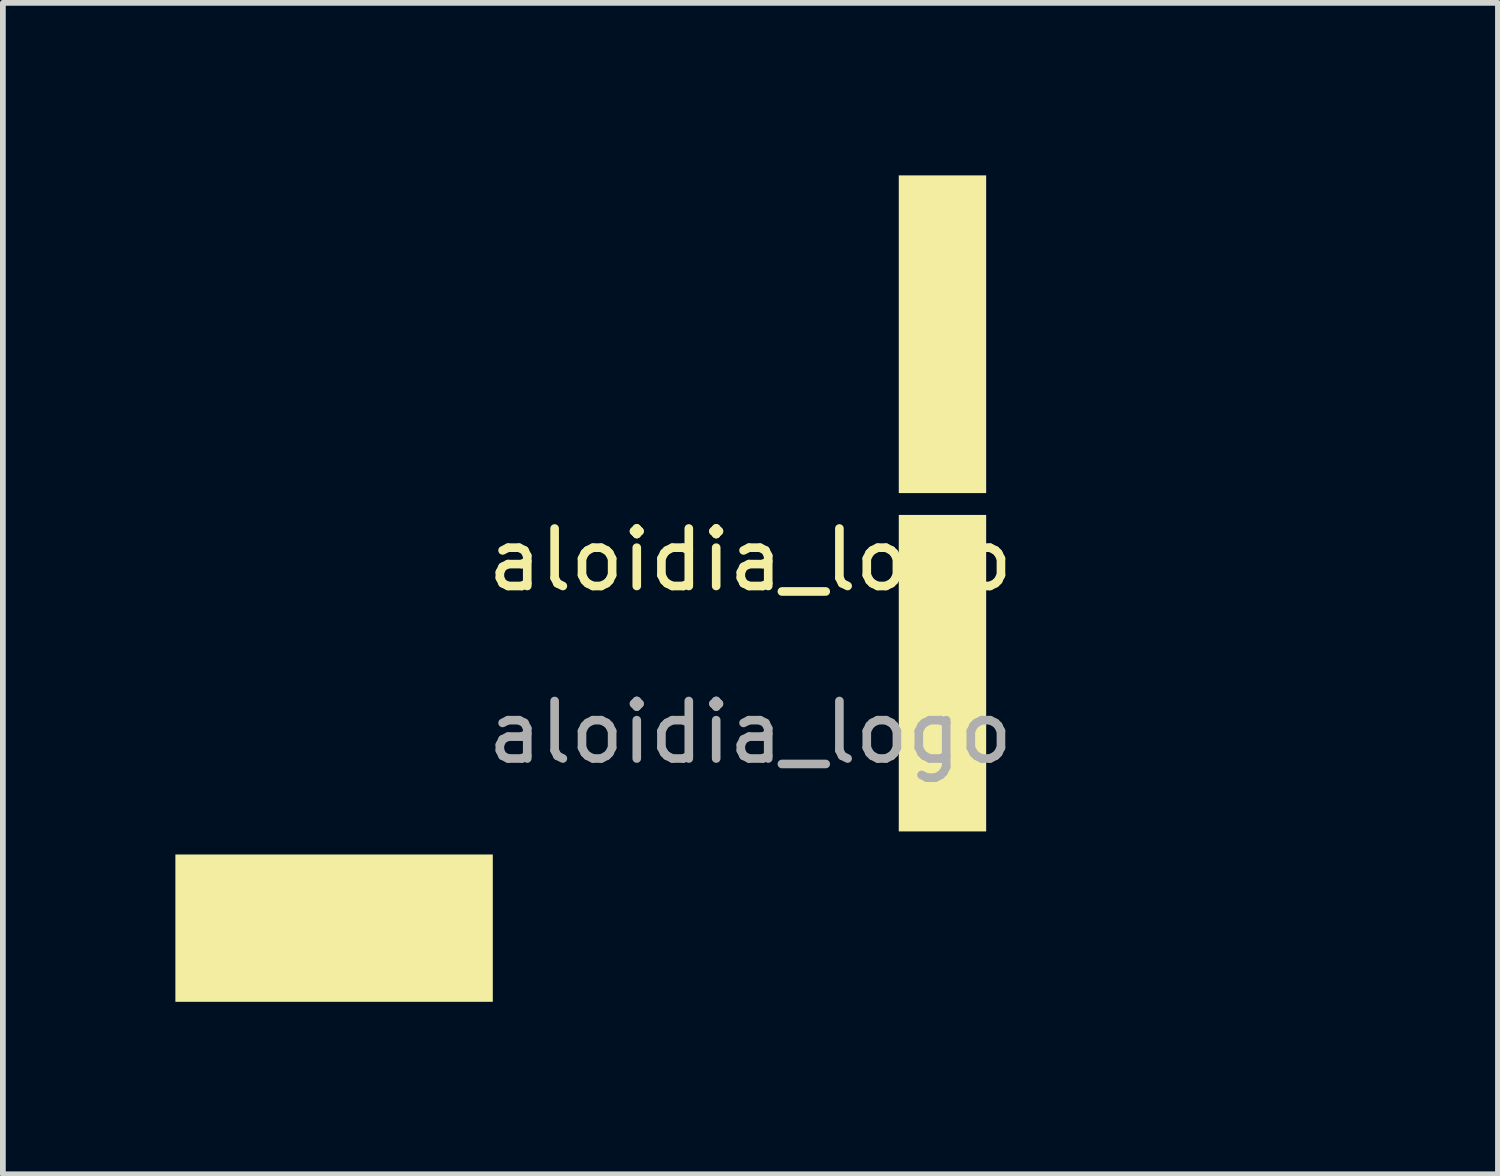
<source format=kicad_pcb>
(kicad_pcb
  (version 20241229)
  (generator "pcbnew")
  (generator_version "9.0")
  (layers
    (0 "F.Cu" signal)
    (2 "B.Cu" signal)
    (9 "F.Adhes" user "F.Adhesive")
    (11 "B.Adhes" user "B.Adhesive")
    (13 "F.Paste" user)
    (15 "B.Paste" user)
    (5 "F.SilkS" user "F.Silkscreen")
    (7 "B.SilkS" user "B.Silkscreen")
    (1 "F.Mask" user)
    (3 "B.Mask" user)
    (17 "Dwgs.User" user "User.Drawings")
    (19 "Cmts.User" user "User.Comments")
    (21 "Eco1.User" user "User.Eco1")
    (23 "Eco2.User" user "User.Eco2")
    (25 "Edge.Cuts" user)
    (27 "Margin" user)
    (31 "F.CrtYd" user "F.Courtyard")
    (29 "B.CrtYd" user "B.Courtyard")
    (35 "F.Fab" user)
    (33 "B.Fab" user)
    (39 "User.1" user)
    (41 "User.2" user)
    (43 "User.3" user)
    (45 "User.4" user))
  (footprint "aloidia_logo"
    (layer "F.Cu")
    (at 10 7.186)
    (property "Reference" "aloidia_logo" (at 0 -0.5 0) (unlocked yes) (layer "F.SilkS") (effects (font (size 1 1) (thickness 0.15))))
    (attr smd)
    (fp_poly (pts (xy -1.5 4.624) (xy 4.1 4.624) (xy 4.1 7.186) (xy -4.08 7.186) (xy -4.08 -7.186) (xy -1.5 -7.186)) (stroke (width 0) (type solid)) (fill yes) (layer "F.Mask"))
    (fp_poly (pts (xy 2.2 -1.661) (xy -1.12 -1.661) (xy -1.12 -2.562) (xy 0.4 -2.562) (xy 0.72 -2.562) (xy 0.72 -6.265) (xy 0.4 -6.265) (xy 0.4 -2.562) (xy -1.12 -2.562) (xy -1.12 -7.186) (xy 2.2 -7.186)) (stroke (width 0) (type solid)) (fill yes) (layer "F.Mask"))
    (fp_poly (pts (xy 2.2 4.223) (xy -1.12 4.223) (xy -1.12 3.324) (xy 0.4 3.324) (xy 0.545 3.318) (xy 0.69 3.313) (xy 0.7 0.761) (xy 0.4 0.761) (xy 0.4 3.324) (xy -1.12 3.324) (xy -1.12 -0.16) (xy 0.7 -0.16) (xy 0.7 -1.281) (xy 2.2 -1.281)) (stroke (width 0) (type solid)) (fill yes) (layer "F.Mask"))
    (fp_poly (pts (xy -4.48 4.223) (xy -10 4.223) (xy -10 1.661) (xy -7.44 1.661) (xy -7.04 1.661) (xy -7.045 0.015) (xy -7.05 -1.631) (xy -7.43 -1.631) (xy -7.435 0.015) (xy -7.44 1.661) (xy -10 1.661) (xy -10 -4.203) (xy -7.039 -4.203) (xy -7.044 -4.408) (xy -7.05 -4.614) (xy -10 -4.624) (xy -10 -7.186) (xy -4.48 -7.186)) (stroke (width 0) (type solid)) (fill yes) (layer "F.Mask"))
    (fp_poly (pts (xy 10 7.186) (xy 4.48 7.186) (xy 4.48 2.939) (xy 7.04 2.939) (xy 7.04 3.193) (xy 7.041 3.436) (xy 7.041 3.664) (xy 7.042 3.874) (xy 7.044 4.064) (xy 7.045 4.231) (xy 7.047 4.371) (xy 7.049 4.482) (xy 7.051 4.56) (xy 7.053 4.603) (xy 7.054 4.611) (xy 7.079 4.617) (xy 7.134 4.62) (xy 7.21 4.62) (xy 7.249 4.619) (xy 7.43 4.614) (xy 7.435 2.947) (xy 7.44 1.281) (xy 7.04 1.281) (xy 7.04 2.939) (xy 4.48 2.939) (xy 4.48 -1.281) (xy 7.44 -1.281) (xy 7.435 -2.917) (xy 7.43 -4.554) (xy 7.05 -4.554) (xy 7.045 -3.107) (xy 7.04 -1.661) (xy 4.48 -1.661) (xy 4.48 -7.186) (xy 10 -7.186)) (stroke (width 0) (type solid)) (fill yes) (layer "F.Mask"))
    (fp_poly (pts (xy -4.48 7.186) (xy -10 7.186) (xy -10 4.624) (xy -4.48 4.624)) (stroke (width 0) (type solid)) (fill yes) (layer "F.SilkS"))
    (fp_poly (pts (xy 4.1 -1.661) (xy 2.58 -1.661) (xy 2.58 -7.186) (xy 4.1 -7.186)) (stroke (width 0) (type solid)) (fill yes) (layer "F.SilkS"))
    (fp_poly (pts (xy 4.1 4.223) (xy 2.58 4.223) (xy 2.58 -1.281) (xy 4.1 -1.281)) (stroke (width 0) (type solid)) (fill yes) (layer "F.SilkS"))
    (fp_text user "${REFERENCE}" (at 0 2.5 0) (unlocked yes) (layer "F.Fab") (effects (font (size 1 1) (thickness 0.15)))))
  (gr_rect
    (start -3 -3)
    (end 23 17.371)
    (stroke (width 0.1) (type default))
    (fill no)
    (layer "Edge.Cuts")))
</source>
